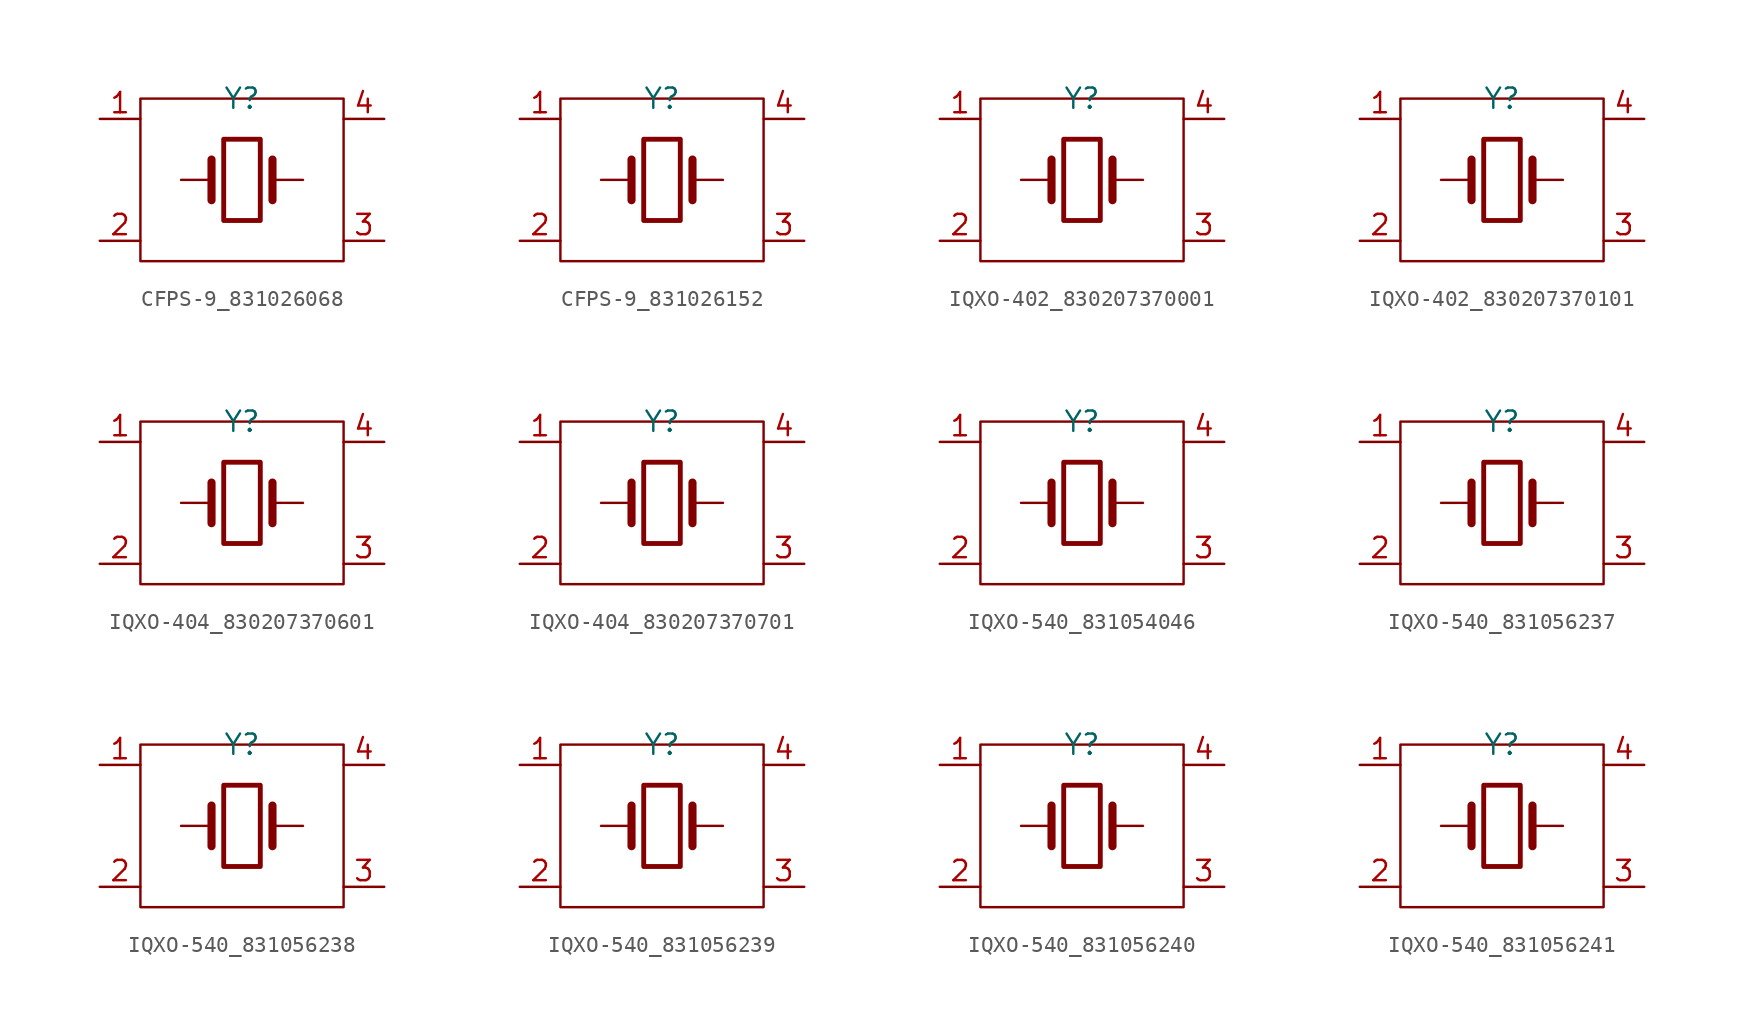
<source format=kicad_sym>
(kicad_symbol_lib
  (version 20220914)
  (generator kicad_symbol_editor)
  (symbol "CFPS-9_831026068"
    (pin_names hide)
    (property "Reference" "Y"
      (at 0 5.08 0)
      (effects (font (size 1.27 1.27))))
    (property "Critical Parameter" ""
      (at 0 -5.08 0)
      (effects (font (size 1.27 1.27)) (justify left)))
    (symbol "CFPS-9_831026068_0_1"
      (rectangle (start -6.35 5.08) (end 6.35 -5.08) (stroke (width 0) (type default)) (fill (type none)))
      (rectangle (start -1.143 2.54) (end 1.143 -2.54) (stroke (width 0.305) (type default)) (fill (type none)))
      (polyline (pts (xy -3.81 0) (xy -1.905 0)) (stroke (width 0) (type default)) (fill (type none)))
      (polyline (pts (xy -1.905 -1.27) (xy -1.905 1.27)) (stroke (width 0.508) (type default)) (fill (type none)))
      (polyline (pts (xy 1.905 -1.27) (xy 1.905 1.27)) (stroke (width 0.508) (type default)) (fill (type none)))
      (polyline (pts (xy 3.81 0) (xy 1.905 0)) (stroke (width 0) (type default)) (fill (type none))))
    (symbol "CFPS-9_831026068_1_1"
      (pin passive line (at -8.89 3.81 0) (length 2.54) (name "E/D" (effects (font (size 1.27 1.27)))) (number "1" (effects (font (size 1.27 1.27)))))
      (pin passive line (at -8.89 -3.81 0) (length 2.54) (name "GND" (effects (font (size 1.27 1.27)))) (number "2" (effects (font (size 1.27 1.27)))))
      (pin passive line (at 8.89 -3.81 180) (length 2.54) (name "OUT" (effects (font (size 1.27 1.27)))) (number "3" (effects (font (size 1.27 1.27)))))
      (pin passive line (at 8.89 3.81 180) (length 2.54) (name "+VS" (effects (font (size 1.27 1.27)))) (number "4" (effects (font (size 1.27 1.27)))))))
  (symbol "CFPS-9_831026152"
    (pin_names hide)
    (property "Reference" "Y"
      (at 0 5.08 0)
      (effects (font (size 1.27 1.27))))
    (property "Critical Parameter" ""
      (at 0 -5.08 0)
      (effects (font (size 1.27 1.27)) (justify left)))
    (symbol "CFPS-9_831026152_0_1"
      (rectangle (start -6.35 5.08) (end 6.35 -5.08) (stroke (width 0) (type default)) (fill (type none)))
      (rectangle (start -1.143 2.54) (end 1.143 -2.54) (stroke (width 0.305) (type default)) (fill (type none)))
      (polyline (pts (xy -3.81 0) (xy -1.905 0)) (stroke (width 0) (type default)) (fill (type none)))
      (polyline (pts (xy -1.905 -1.27) (xy -1.905 1.27)) (stroke (width 0.508) (type default)) (fill (type none)))
      (polyline (pts (xy 1.905 -1.27) (xy 1.905 1.27)) (stroke (width 0.508) (type default)) (fill (type none)))
      (polyline (pts (xy 3.81 0) (xy 1.905 0)) (stroke (width 0) (type default)) (fill (type none))))
    (symbol "CFPS-9_831026152_1_1"
      (pin passive line (at -8.89 3.81 0) (length 2.54) (name "E/D" (effects (font (size 1.27 1.27)))) (number "1" (effects (font (size 1.27 1.27)))))
      (pin passive line (at -8.89 -3.81 0) (length 2.54) (name "GND" (effects (font (size 1.27 1.27)))) (number "2" (effects (font (size 1.27 1.27)))))
      (pin passive line (at 8.89 -3.81 180) (length 2.54) (name "OUT" (effects (font (size 1.27 1.27)))) (number "3" (effects (font (size 1.27 1.27)))))
      (pin passive line (at 8.89 3.81 180) (length 2.54) (name "+VS" (effects (font (size 1.27 1.27)))) (number "4" (effects (font (size 1.27 1.27)))))))
  (symbol "IQXO-402_830207370001"
    (pin_names hide)
    (property "Reference" "Y"
      (at 0 5.08 0)
      (effects (font (size 1.27 1.27))))
    (property "Critical Parameter" ""
      (at 0 -5.08 0)
      (effects (font (size 1.27 1.27)) (justify left)))
    (symbol "IQXO-402_830207370001_0_1"
      (rectangle (start -6.35 5.08) (end 6.35 -5.08) (stroke (width 0) (type default)) (fill (type none)))
      (rectangle (start -1.143 2.54) (end 1.143 -2.54) (stroke (width 0.305) (type default)) (fill (type none)))
      (polyline (pts (xy -3.81 0) (xy -1.905 0)) (stroke (width 0) (type default)) (fill (type none)))
      (polyline (pts (xy -1.905 -1.27) (xy -1.905 1.27)) (stroke (width 0.508) (type default)) (fill (type none)))
      (polyline (pts (xy 1.905 -1.27) (xy 1.905 1.27)) (stroke (width 0.508) (type default)) (fill (type none)))
      (polyline (pts (xy 3.81 0) (xy 1.905 0)) (stroke (width 0) (type default)) (fill (type none))))
    (symbol "IQXO-402_830207370001_1_1"
      (pin passive line (at -8.89 3.81 0) (length 2.54) (name "E/D" (effects (font (size 1.27 1.27)))) (number "1" (effects (font (size 1.27 1.27)))))
      (pin passive line (at -8.89 -3.81 0) (length 2.54) (name "GND" (effects (font (size 1.27 1.27)))) (number "2" (effects (font (size 1.27 1.27)))))
      (pin passive line (at 8.89 -3.81 180) (length 2.54) (name "OUT" (effects (font (size 1.27 1.27)))) (number "3" (effects (font (size 1.27 1.27)))))
      (pin passive line (at 8.89 3.81 180) (length 2.54) (name "+VS" (effects (font (size 1.27 1.27)))) (number "4" (effects (font (size 1.27 1.27)))))))
  (symbol "IQXO-402_830207370101"
    (pin_names hide)
    (property "Reference" "Y"
      (at 0 5.08 0)
      (effects (font (size 1.27 1.27))))
    (property "Critical Parameter" ""
      (at 0 -5.08 0)
      (effects (font (size 1.27 1.27)) (justify left)))
    (symbol "IQXO-402_830207370101_0_1"
      (rectangle (start -6.35 5.08) (end 6.35 -5.08) (stroke (width 0) (type default)) (fill (type none)))
      (rectangle (start -1.143 2.54) (end 1.143 -2.54) (stroke (width 0.305) (type default)) (fill (type none)))
      (polyline (pts (xy -3.81 0) (xy -1.905 0)) (stroke (width 0) (type default)) (fill (type none)))
      (polyline (pts (xy -1.905 -1.27) (xy -1.905 1.27)) (stroke (width 0.508) (type default)) (fill (type none)))
      (polyline (pts (xy 1.905 -1.27) (xy 1.905 1.27)) (stroke (width 0.508) (type default)) (fill (type none)))
      (polyline (pts (xy 3.81 0) (xy 1.905 0)) (stroke (width 0) (type default)) (fill (type none))))
    (symbol "IQXO-402_830207370101_1_1"
      (pin passive line (at -8.89 3.81 0) (length 2.54) (name "E/D" (effects (font (size 1.27 1.27)))) (number "1" (effects (font (size 1.27 1.27)))))
      (pin passive line (at -8.89 -3.81 0) (length 2.54) (name "GND" (effects (font (size 1.27 1.27)))) (number "2" (effects (font (size 1.27 1.27)))))
      (pin passive line (at 8.89 -3.81 180) (length 2.54) (name "OUT" (effects (font (size 1.27 1.27)))) (number "3" (effects (font (size 1.27 1.27)))))
      (pin passive line (at 8.89 3.81 180) (length 2.54) (name "+VS" (effects (font (size 1.27 1.27)))) (number "4" (effects (font (size 1.27 1.27)))))))
  (symbol "IQXO-404_830207370601"
    (pin_names hide)
    (property "Reference" "Y"
      (at 0 5.08 0)
      (effects (font (size 1.27 1.27))))
    (property "Critical Parameter" ""
      (at 0 -5.08 0)
      (effects (font (size 1.27 1.27)) (justify left)))
    (symbol "IQXO-404_830207370601_0_1"
      (rectangle (start -6.35 5.08) (end 6.35 -5.08) (stroke (width 0) (type default)) (fill (type none)))
      (rectangle (start -1.143 2.54) (end 1.143 -2.54) (stroke (width 0.305) (type default)) (fill (type none)))
      (polyline (pts (xy -3.81 0) (xy -1.905 0)) (stroke (width 0) (type default)) (fill (type none)))
      (polyline (pts (xy -1.905 -1.27) (xy -1.905 1.27)) (stroke (width 0.508) (type default)) (fill (type none)))
      (polyline (pts (xy 1.905 -1.27) (xy 1.905 1.27)) (stroke (width 0.508) (type default)) (fill (type none)))
      (polyline (pts (xy 3.81 0) (xy 1.905 0)) (stroke (width 0) (type default)) (fill (type none))))
    (symbol "IQXO-404_830207370601_1_1"
      (pin passive line (at -8.89 3.81 0) (length 2.54) (name "E/D" (effects (font (size 1.27 1.27)))) (number "1" (effects (font (size 1.27 1.27)))))
      (pin passive line (at -8.89 -3.81 0) (length 2.54) (name "GND" (effects (font (size 1.27 1.27)))) (number "2" (effects (font (size 1.27 1.27)))))
      (pin passive line (at 8.89 -3.81 180) (length 2.54) (name "OUT" (effects (font (size 1.27 1.27)))) (number "3" (effects (font (size 1.27 1.27)))))
      (pin passive line (at 8.89 3.81 180) (length 2.54) (name "+VS" (effects (font (size 1.27 1.27)))) (number "4" (effects (font (size 1.27 1.27)))))))
  (symbol "IQXO-404_830207370701"
    (pin_names hide)
    (property "Reference" "Y"
      (at 0 5.08 0)
      (effects (font (size 1.27 1.27))))
    (property "Critical Parameter" ""
      (at 0 -5.08 0)
      (effects (font (size 1.27 1.27)) (justify left)))
    (symbol "IQXO-404_830207370701_0_1"
      (rectangle (start -6.35 5.08) (end 6.35 -5.08) (stroke (width 0) (type default)) (fill (type none)))
      (rectangle (start -1.143 2.54) (end 1.143 -2.54) (stroke (width 0.305) (type default)) (fill (type none)))
      (polyline (pts (xy -3.81 0) (xy -1.905 0)) (stroke (width 0) (type default)) (fill (type none)))
      (polyline (pts (xy -1.905 -1.27) (xy -1.905 1.27)) (stroke (width 0.508) (type default)) (fill (type none)))
      (polyline (pts (xy 1.905 -1.27) (xy 1.905 1.27)) (stroke (width 0.508) (type default)) (fill (type none)))
      (polyline (pts (xy 3.81 0) (xy 1.905 0)) (stroke (width 0) (type default)) (fill (type none))))
    (symbol "IQXO-404_830207370701_1_1"
      (pin passive line (at -8.89 3.81 0) (length 2.54) (name "E/D" (effects (font (size 1.27 1.27)))) (number "1" (effects (font (size 1.27 1.27)))))
      (pin passive line (at -8.89 -3.81 0) (length 2.54) (name "GND" (effects (font (size 1.27 1.27)))) (number "2" (effects (font (size 1.27 1.27)))))
      (pin passive line (at 8.89 -3.81 180) (length 2.54) (name "OUT" (effects (font (size 1.27 1.27)))) (number "3" (effects (font (size 1.27 1.27)))))
      (pin passive line (at 8.89 3.81 180) (length 2.54) (name "+VS" (effects (font (size 1.27 1.27)))) (number "4" (effects (font (size 1.27 1.27)))))))
  (symbol "IQXO-540_831054046"
    (pin_names hide)
    (property "Reference" "Y"
      (at 0 5.08 0)
      (effects (font (size 1.27 1.27))))
    (property "Critical Parameter" ""
      (at 0 -5.08 0)
      (effects (font (size 1.27 1.27)) (justify left)))
    (symbol "IQXO-540_831054046_0_1"
      (rectangle (start -6.35 5.08) (end 6.35 -5.08) (stroke (width 0) (type default)) (fill (type none)))
      (rectangle (start -1.143 2.54) (end 1.143 -2.54) (stroke (width 0.305) (type default)) (fill (type none)))
      (polyline (pts (xy -3.81 0) (xy -1.905 0)) (stroke (width 0) (type default)) (fill (type none)))
      (polyline (pts (xy -1.905 -1.27) (xy -1.905 1.27)) (stroke (width 0.508) (type default)) (fill (type none)))
      (polyline (pts (xy 1.905 -1.27) (xy 1.905 1.27)) (stroke (width 0.508) (type default)) (fill (type none)))
      (polyline (pts (xy 3.81 0) (xy 1.905 0)) (stroke (width 0) (type default)) (fill (type none))))
    (symbol "IQXO-540_831054046_1_1"
      (pin passive line (at -8.89 3.81 0) (length 2.54) (name "E/D" (effects (font (size 1.27 1.27)))) (number "1" (effects (font (size 1.27 1.27)))))
      (pin passive line (at -8.89 -3.81 0) (length 2.54) (name "GND" (effects (font (size 1.27 1.27)))) (number "2" (effects (font (size 1.27 1.27)))))
      (pin passive line (at 8.89 -3.81 180) (length 2.54) (name "OUT" (effects (font (size 1.27 1.27)))) (number "3" (effects (font (size 1.27 1.27)))))
      (pin passive line (at 8.89 3.81 180) (length 2.54) (name "+VS" (effects (font (size 1.27 1.27)))) (number "4" (effects (font (size 1.27 1.27)))))))
  (symbol "IQXO-540_831056237"
    (pin_names hide)
    (property "Reference" "Y"
      (at 0 5.08 0)
      (effects (font (size 1.27 1.27))))
    (property "Critical Parameter" ""
      (at 0 -5.08 0)
      (effects (font (size 1.27 1.27)) (justify left)))
    (symbol "IQXO-540_831056237_0_1"
      (rectangle (start -6.35 5.08) (end 6.35 -5.08) (stroke (width 0) (type default)) (fill (type none)))
      (rectangle (start -1.143 2.54) (end 1.143 -2.54) (stroke (width 0.305) (type default)) (fill (type none)))
      (polyline (pts (xy -3.81 0) (xy -1.905 0)) (stroke (width 0) (type default)) (fill (type none)))
      (polyline (pts (xy -1.905 -1.27) (xy -1.905 1.27)) (stroke (width 0.508) (type default)) (fill (type none)))
      (polyline (pts (xy 1.905 -1.27) (xy 1.905 1.27)) (stroke (width 0.508) (type default)) (fill (type none)))
      (polyline (pts (xy 3.81 0) (xy 1.905 0)) (stroke (width 0) (type default)) (fill (type none))))
    (symbol "IQXO-540_831056237_1_1"
      (pin passive line (at -8.89 3.81 0) (length 2.54) (name "E/D" (effects (font (size 1.27 1.27)))) (number "1" (effects (font (size 1.27 1.27)))))
      (pin passive line (at -8.89 -3.81 0) (length 2.54) (name "GND" (effects (font (size 1.27 1.27)))) (number "2" (effects (font (size 1.27 1.27)))))
      (pin passive line (at 8.89 -3.81 180) (length 2.54) (name "OUT" (effects (font (size 1.27 1.27)))) (number "3" (effects (font (size 1.27 1.27)))))
      (pin passive line (at 8.89 3.81 180) (length 2.54) (name "+VS" (effects (font (size 1.27 1.27)))) (number "4" (effects (font (size 1.27 1.27)))))))
  (symbol "IQXO-540_831056238"
    (pin_names hide)
    (property "Reference" "Y"
      (at 0 5.08 0)
      (effects (font (size 1.27 1.27))))
    (property "Critical Parameter" ""
      (at 0 -5.08 0)
      (effects (font (size 1.27 1.27)) (justify left)))
    (symbol "IQXO-540_831056238_0_1"
      (rectangle (start -6.35 5.08) (end 6.35 -5.08) (stroke (width 0) (type default)) (fill (type none)))
      (rectangle (start -1.143 2.54) (end 1.143 -2.54) (stroke (width 0.305) (type default)) (fill (type none)))
      (polyline (pts (xy -3.81 0) (xy -1.905 0)) (stroke (width 0) (type default)) (fill (type none)))
      (polyline (pts (xy -1.905 -1.27) (xy -1.905 1.27)) (stroke (width 0.508) (type default)) (fill (type none)))
      (polyline (pts (xy 1.905 -1.27) (xy 1.905 1.27)) (stroke (width 0.508) (type default)) (fill (type none)))
      (polyline (pts (xy 3.81 0) (xy 1.905 0)) (stroke (width 0) (type default)) (fill (type none))))
    (symbol "IQXO-540_831056238_1_1"
      (pin passive line (at -8.89 3.81 0) (length 2.54) (name "E/D" (effects (font (size 1.27 1.27)))) (number "1" (effects (font (size 1.27 1.27)))))
      (pin passive line (at -8.89 -3.81 0) (length 2.54) (name "GND" (effects (font (size 1.27 1.27)))) (number "2" (effects (font (size 1.27 1.27)))))
      (pin passive line (at 8.89 -3.81 180) (length 2.54) (name "OUT" (effects (font (size 1.27 1.27)))) (number "3" (effects (font (size 1.27 1.27)))))
      (pin passive line (at 8.89 3.81 180) (length 2.54) (name "+VS" (effects (font (size 1.27 1.27)))) (number "4" (effects (font (size 1.27 1.27)))))))
  (symbol "IQXO-540_831056239"
    (pin_names hide)
    (property "Reference" "Y"
      (at 0 5.08 0)
      (effects (font (size 1.27 1.27))))
    (property "Critical Parameter" ""
      (at 0 -5.08 0)
      (effects (font (size 1.27 1.27)) (justify left)))
    (symbol "IQXO-540_831056239_0_1"
      (rectangle (start -6.35 5.08) (end 6.35 -5.08) (stroke (width 0) (type default)) (fill (type none)))
      (rectangle (start -1.143 2.54) (end 1.143 -2.54) (stroke (width 0.305) (type default)) (fill (type none)))
      (polyline (pts (xy -3.81 0) (xy -1.905 0)) (stroke (width 0) (type default)) (fill (type none)))
      (polyline (pts (xy -1.905 -1.27) (xy -1.905 1.27)) (stroke (width 0.508) (type default)) (fill (type none)))
      (polyline (pts (xy 1.905 -1.27) (xy 1.905 1.27)) (stroke (width 0.508) (type default)) (fill (type none)))
      (polyline (pts (xy 3.81 0) (xy 1.905 0)) (stroke (width 0) (type default)) (fill (type none))))
    (symbol "IQXO-540_831056239_1_1"
      (pin passive line (at -8.89 3.81 0) (length 2.54) (name "E/D" (effects (font (size 1.27 1.27)))) (number "1" (effects (font (size 1.27 1.27)))))
      (pin passive line (at -8.89 -3.81 0) (length 2.54) (name "GND" (effects (font (size 1.27 1.27)))) (number "2" (effects (font (size 1.27 1.27)))))
      (pin passive line (at 8.89 -3.81 180) (length 2.54) (name "OUT" (effects (font (size 1.27 1.27)))) (number "3" (effects (font (size 1.27 1.27)))))
      (pin passive line (at 8.89 3.81 180) (length 2.54) (name "+VS" (effects (font (size 1.27 1.27)))) (number "4" (effects (font (size 1.27 1.27)))))))
  (symbol "IQXO-540_831056240"
    (pin_names hide)
    (property "Reference" "Y"
      (at 0 5.08 0)
      (effects (font (size 1.27 1.27))))
    (property "Critical Parameter" ""
      (at 0 -5.08 0)
      (effects (font (size 1.27 1.27)) (justify left)))
    (symbol "IQXO-540_831056240_0_1"
      (rectangle (start -6.35 5.08) (end 6.35 -5.08) (stroke (width 0) (type default)) (fill (type none)))
      (rectangle (start -1.143 2.54) (end 1.143 -2.54) (stroke (width 0.305) (type default)) (fill (type none)))
      (polyline (pts (xy -3.81 0) (xy -1.905 0)) (stroke (width 0) (type default)) (fill (type none)))
      (polyline (pts (xy -1.905 -1.27) (xy -1.905 1.27)) (stroke (width 0.508) (type default)) (fill (type none)))
      (polyline (pts (xy 1.905 -1.27) (xy 1.905 1.27)) (stroke (width 0.508) (type default)) (fill (type none)))
      (polyline (pts (xy 3.81 0) (xy 1.905 0)) (stroke (width 0) (type default)) (fill (type none))))
    (symbol "IQXO-540_831056240_1_1"
      (pin passive line (at -8.89 3.81 0) (length 2.54) (name "E/D" (effects (font (size 1.27 1.27)))) (number "1" (effects (font (size 1.27 1.27)))))
      (pin passive line (at -8.89 -3.81 0) (length 2.54) (name "GND" (effects (font (size 1.27 1.27)))) (number "2" (effects (font (size 1.27 1.27)))))
      (pin passive line (at 8.89 -3.81 180) (length 2.54) (name "OUT" (effects (font (size 1.27 1.27)))) (number "3" (effects (font (size 1.27 1.27)))))
      (pin passive line (at 8.89 3.81 180) (length 2.54) (name "+VS" (effects (font (size 1.27 1.27)))) (number "4" (effects (font (size 1.27 1.27)))))))
  (symbol "IQXO-540_831056241"
    (pin_names hide)
    (property "Reference" "Y"
      (at 0 5.08 0)
      (effects (font (size 1.27 1.27))))
    (property "Critical Parameter" ""
      (at 0 -5.08 0)
      (effects (font (size 1.27 1.27)) (justify left)))
    (symbol "IQXO-540_831056241_0_1"
      (rectangle (start -6.35 5.08) (end 6.35 -5.08) (stroke (width 0) (type default)) (fill (type none)))
      (rectangle (start -1.143 2.54) (end 1.143 -2.54) (stroke (width 0.305) (type default)) (fill (type none)))
      (polyline (pts (xy -3.81 0) (xy -1.905 0)) (stroke (width 0) (type default)) (fill (type none)))
      (polyline (pts (xy -1.905 -1.27) (xy -1.905 1.27)) (stroke (width 0.508) (type default)) (fill (type none)))
      (polyline (pts (xy 1.905 -1.27) (xy 1.905 1.27)) (stroke (width 0.508) (type default)) (fill (type none)))
      (polyline (pts (xy 3.81 0) (xy 1.905 0)) (stroke (width 0) (type default)) (fill (type none))))
    (symbol "IQXO-540_831056241_1_1"
      (pin passive line (at -8.89 3.81 0) (length 2.54) (name "E/D" (effects (font (size 1.27 1.27)))) (number "1" (effects (font (size 1.27 1.27)))))
      (pin passive line (at -8.89 -3.81 0) (length 2.54) (name "GND" (effects (font (size 1.27 1.27)))) (number "2" (effects (font (size 1.27 1.27)))))
      (pin passive line (at 8.89 -3.81 180) (length 2.54) (name "OUT" (effects (font (size 1.27 1.27)))) (number "3" (effects (font (size 1.27 1.27)))))
      (pin passive line (at 8.89 3.81 180) (length 2.54) (name "+VS" (effects (font (size 1.27 1.27)))) (number "4" (effects (font (size 1.27 1.27))))))))
</source>
